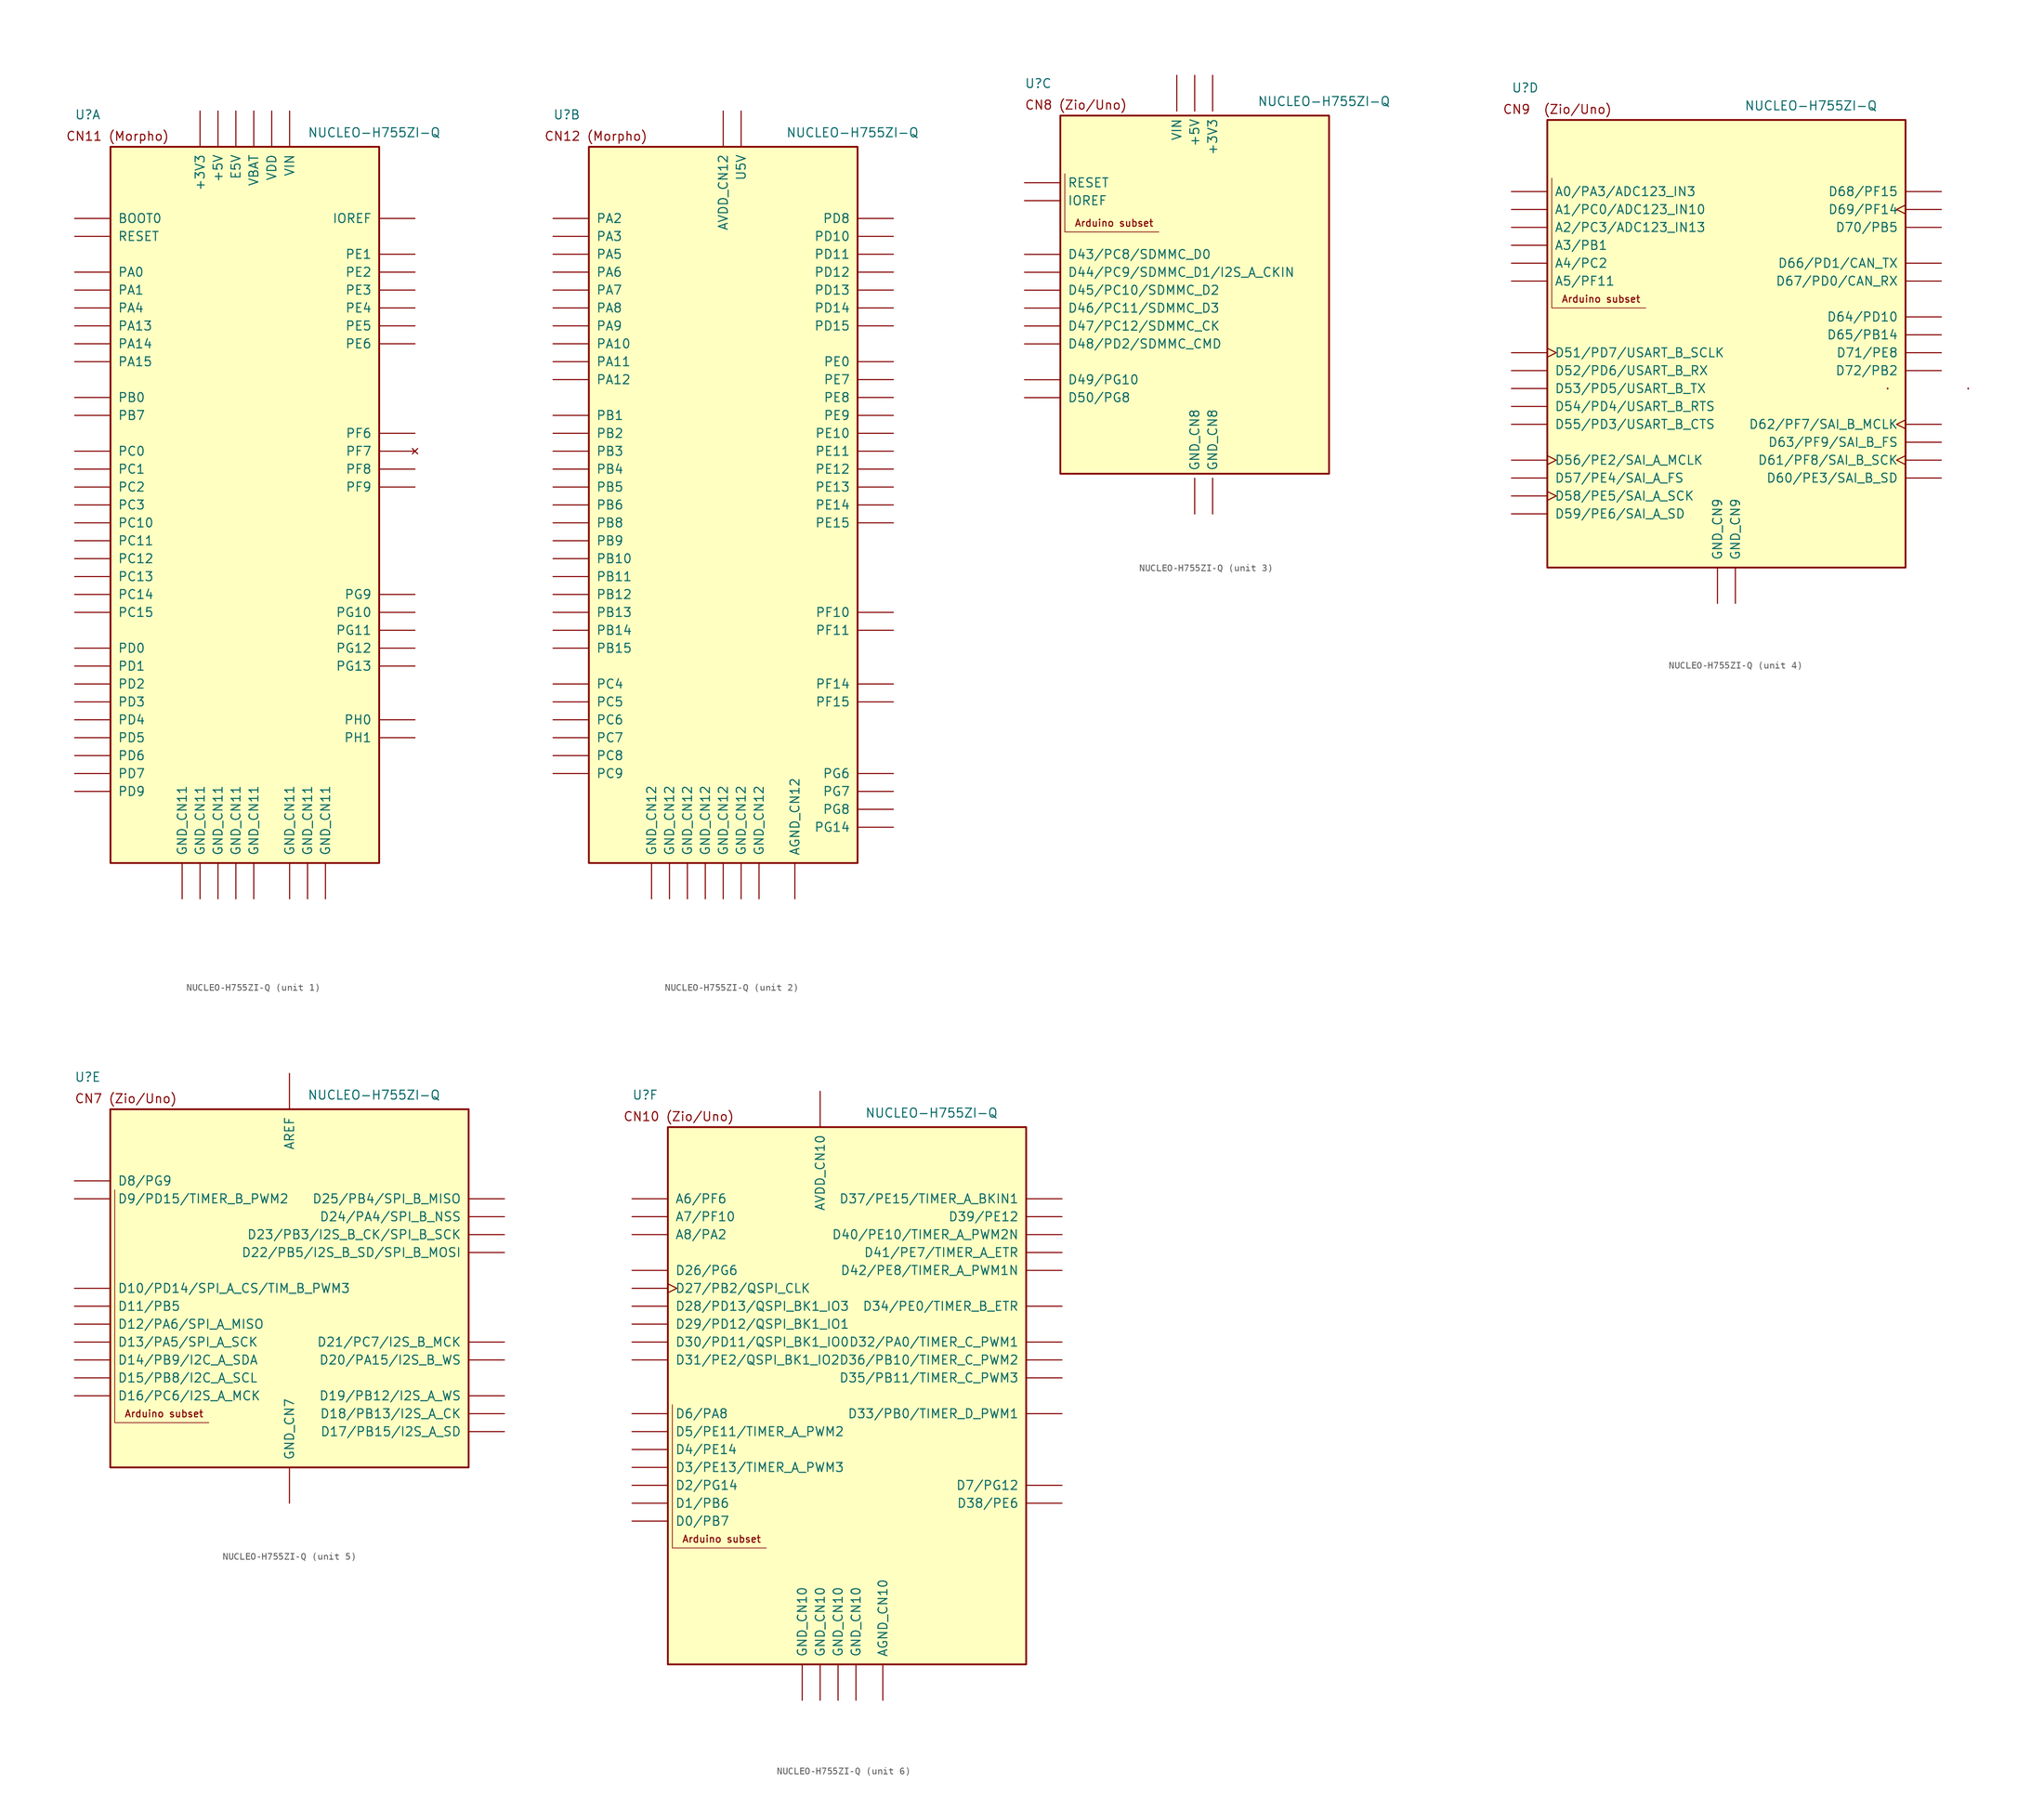
<source format=kicad_sym>
(kicad_symbol_lib
  (version 20220914)
  (generator kicad_symbol_editor)
  (symbol "NUCLEO-H755ZI-Q"
    (pin_numbers hide)
    (pin_names
      (offset 1.016))
    (property "Reference" "U"
      (at -5.08 3.81 0)
      (effects (font (size 1.27 1.27)) (justify left bottom)))
    (property "Value" "NUCLEO-H755ZI-Q"
      (at 27.94 1.27 0)
      (effects (font (size 1.27 1.27)) (justify left bottom)))
    (property "ki_locked" ""
      (at 0 0 0)
      (effects (font (size 1.27 1.27))))
    (symbol "NUCLEO-H755ZI-Q_1_0"
      (rectangle (start 0 0) (end 38.1 -101.6) (stroke (width 0.254) (type default)) (fill (type background)))
      (text "CN11 (Morpho)" (at -6.35 0.762 0) (effects (font (size 1.27 1.27)) (justify left bottom)))
      (pin bidirectional line (at -5.08 -53.34 0) (length 5.08) (name "PC10" (effects (font (size 1.27 1.27)))) (number "CN11_1" (effects (font (size 1.27 1.27)))))
      (pin no_connect line (at 43.18 -43.18 180) (length 5.08) (name "PF7" (effects (font (size 1.27 1.27)))) (number "CN11_11" (effects (font (size 1.27 1.27)))))
      (pin bidirectional line (at 43.18 -10.16 180) (length 5.08) (name "IOREF" (effects (font (size 1.27 1.27)))) (number "CN11_12" (effects (font (size 1.27 1.27)))))
      (pin bidirectional line (at -5.08 -25.4 0) (length 5.08) (name "PA13" (effects (font (size 1.27 1.27)))) (number "CN11_13" (effects (font (size 1.27 1.27)))))
      (pin bidirectional line (at -5.08 -12.7 0) (length 5.08) (name "RESET" (effects (font (size 1.27 1.27)))) (number "CN11_14" (effects (font (size 1.27 1.27)))))
      (pin bidirectional line (at -5.08 -27.94 0) (length 5.08) (name "PA14" (effects (font (size 1.27 1.27)))) (number "CN11_15" (effects (font (size 1.27 1.27)))))
      (pin power_in line (at 12.7 5.08 270) (length 5.08) (name "+3V3" (effects (font (size 1.27 1.27)))) (number "CN11_16" (effects (font (size 1.27 1.27)))))
      (pin bidirectional line (at -5.08 -30.48 0) (length 5.08) (name "PA15" (effects (font (size 1.27 1.27)))) (number "CN11_17" (effects (font (size 1.27 1.27)))))
      (pin power_in line (at 15.24 5.08 270) (length 5.08) (name "+5V" (effects (font (size 1.27 1.27)))) (number "CN11_18" (effects (font (size 1.27 1.27)))))
      (pin power_in line (at 12.7 -106.68 90) (length 5.08) (name "GND_CN11" (effects (font (size 1.27 1.27)))) (number "CN11_19" (effects (font (size 1.27 1.27)))))
      (pin bidirectional line (at -5.08 -55.88 0) (length 5.08) (name "PC11" (effects (font (size 1.27 1.27)))) (number "CN11_2" (effects (font (size 1.27 1.27)))))
      (pin power_in line (at 15.24 -106.68 90) (length 5.08) (name "GND_CN11" (effects (font (size 1.27 1.27)))) (number "CN11_20" (effects (font (size 1.27 1.27)))))
      (pin bidirectional line (at -5.08 -38.1 0) (length 5.08) (name "PB7" (effects (font (size 1.27 1.27)))) (number "CN11_21" (effects (font (size 1.27 1.27)))))
      (pin power_in line (at 17.78 -106.68 90) (length 5.08) (name "GND_CN11" (effects (font (size 1.27 1.27)))) (number "CN11_22" (effects (font (size 1.27 1.27)))))
      (pin bidirectional line (at -5.08 -60.96 0) (length 5.08) (name "PC13" (effects (font (size 1.27 1.27)))) (number "CN11_23" (effects (font (size 1.27 1.27)))))
      (pin power_in line (at 25.4 5.08 270) (length 5.08) (name "VIN" (effects (font (size 1.27 1.27)))) (number "CN11_24" (effects (font (size 1.27 1.27)))))
      (pin bidirectional line (at -5.08 -63.5 0) (length 5.08) (name "PC14" (effects (font (size 1.27 1.27)))) (number "CN11_25" (effects (font (size 1.27 1.27)))))
      (pin bidirectional line (at -5.08 -66.04 0) (length 5.08) (name "PC15" (effects (font (size 1.27 1.27)))) (number "CN11_27" (effects (font (size 1.27 1.27)))))
      (pin bidirectional line (at -5.08 -17.78 0) (length 5.08) (name "PA0" (effects (font (size 1.27 1.27)))) (number "CN11_28" (effects (font (size 1.27 1.27)))))
      (pin bidirectional line (at 43.18 -81.28 180) (length 5.08) (name "PH0" (effects (font (size 1.27 1.27)))) (number "CN11_29" (effects (font (size 1.27 1.27)))))
      (pin bidirectional line (at -5.08 -58.42 0) (length 5.08) (name "PC12" (effects (font (size 1.27 1.27)))) (number "CN11_3" (effects (font (size 1.27 1.27)))))
      (pin bidirectional line (at -5.08 -20.32 0) (length 5.08) (name "PA1" (effects (font (size 1.27 1.27)))) (number "CN11_30" (effects (font (size 1.27 1.27)))))
      (pin bidirectional line (at 43.18 -83.82 180) (length 5.08) (name "PH1" (effects (font (size 1.27 1.27)))) (number "CN11_31" (effects (font (size 1.27 1.27)))))
      (pin bidirectional line (at -5.08 -22.86 0) (length 5.08) (name "PA4" (effects (font (size 1.27 1.27)))) (number "CN11_32" (effects (font (size 1.27 1.27)))))
      (pin power_in line (at 20.32 5.08 270) (length 5.08) (name "VBAT" (effects (font (size 1.27 1.27)))) (number "CN11_33" (effects (font (size 1.27 1.27)))))
      (pin bidirectional line (at -5.08 -35.56 0) (length 5.08) (name "PB0" (effects (font (size 1.27 1.27)))) (number "CN11_34" (effects (font (size 1.27 1.27)))))
      (pin bidirectional line (at -5.08 -48.26 0) (length 5.08) (name "PC2" (effects (font (size 1.27 1.27)))) (number "CN11_35" (effects (font (size 1.27 1.27)))))
      (pin bidirectional line (at -5.08 -45.72 0) (length 5.08) (name "PC1" (effects (font (size 1.27 1.27)))) (number "CN11_36" (effects (font (size 1.27 1.27)))))
      (pin bidirectional line (at -5.08 -50.8 0) (length 5.08) (name "PC3" (effects (font (size 1.27 1.27)))) (number "CN11_37" (effects (font (size 1.27 1.27)))))
      (pin bidirectional line (at -5.08 -43.18 0) (length 5.08) (name "PC0" (effects (font (size 1.27 1.27)))) (number "CN11_38" (effects (font (size 1.27 1.27)))))
      (pin bidirectional line (at -5.08 -81.28 0) (length 5.08) (name "PD4" (effects (font (size 1.27 1.27)))) (number "CN11_39" (effects (font (size 1.27 1.27)))))
      (pin bidirectional line (at -5.08 -76.2 0) (length 5.08) (name "PD2" (effects (font (size 1.27 1.27)))) (number "CN11_4" (effects (font (size 1.27 1.27)))))
      (pin bidirectional line (at -5.08 -78.74 0) (length 5.08) (name "PD3" (effects (font (size 1.27 1.27)))) (number "CN11_40" (effects (font (size 1.27 1.27)))))
      (pin bidirectional line (at -5.08 -83.82 0) (length 5.08) (name "PD5" (effects (font (size 1.27 1.27)))) (number "CN11_41" (effects (font (size 1.27 1.27)))))
      (pin bidirectional line (at -5.08 -86.36 0) (length 5.08) (name "PD6" (effects (font (size 1.27 1.27)))) (number "CN11_43" (effects (font (size 1.27 1.27)))))
      (pin bidirectional line (at -5.08 -88.9 0) (length 5.08) (name "PD7" (effects (font (size 1.27 1.27)))) (number "CN11_45" (effects (font (size 1.27 1.27)))))
      (pin bidirectional line (at 43.18 -17.78 180) (length 5.08) (name "PE2" (effects (font (size 1.27 1.27)))) (number "CN11_46" (effects (font (size 1.27 1.27)))))
      (pin bidirectional line (at 43.18 -20.32 180) (length 5.08) (name "PE3" (effects (font (size 1.27 1.27)))) (number "CN11_47" (effects (font (size 1.27 1.27)))))
      (pin bidirectional line (at 43.18 -22.86 180) (length 5.08) (name "PE4" (effects (font (size 1.27 1.27)))) (number "CN11_48" (effects (font (size 1.27 1.27)))))
      (pin power_in line (at 20.32 -106.68 90) (length 5.08) (name "GND_CN11" (effects (font (size 1.27 1.27)))) (number "CN11_49" (effects (font (size 1.27 1.27)))))
      (pin power_in line (at 22.86 5.08 270) (length 5.08) (name "VDD" (effects (font (size 1.27 1.27)))) (number "CN11_5" (effects (font (size 1.27 1.27)))))
      (pin bidirectional line (at 43.18 -25.4 180) (length 5.08) (name "PE5" (effects (font (size 1.27 1.27)))) (number "CN11_50" (effects (font (size 1.27 1.27)))))
      (pin bidirectional line (at 43.18 -45.72 180) (length 5.08) (name "PF8" (effects (font (size 1.27 1.27)))) (number "CN11_54" (effects (font (size 1.27 1.27)))))
      (pin bidirectional line (at -5.08 -73.66 0) (length 5.08) (name "PD1" (effects (font (size 1.27 1.27)))) (number "CN11_55" (effects (font (size 1.27 1.27)))))
      (pin bidirectional line (at 43.18 -48.26 180) (length 5.08) (name "PF9" (effects (font (size 1.27 1.27)))) (number "CN11_56" (effects (font (size 1.27 1.27)))))
      (pin bidirectional line (at -5.08 -71.12 0) (length 5.08) (name "PD0" (effects (font (size 1.27 1.27)))) (number "CN11_57" (effects (font (size 1.27 1.27)))))
      (pin power_in line (at 17.78 5.08 270) (length 5.08) (name "E5V" (effects (font (size 1.27 1.27)))) (number "CN11_6" (effects (font (size 1.27 1.27)))))
      (pin bidirectional line (at 43.18 -15.24 180) (length 5.08) (name "PE1" (effects (font (size 1.27 1.27)))) (number "CN11_61" (effects (font (size 1.27 1.27)))))
      (pin bidirectional line (at 43.18 -27.94 180) (length 5.08) (name "PE6" (effects (font (size 1.27 1.27)))) (number "CN11_62" (effects (font (size 1.27 1.27)))))
      (pin bidirectional line (at 43.18 -63.5 180) (length 5.08) (name "PG9" (effects (font (size 1.27 1.27)))) (number "CN11_63" (effects (font (size 1.27 1.27)))))
      (pin bidirectional line (at 43.18 -71.12 180) (length 5.08) (name "PG12" (effects (font (size 1.27 1.27)))) (number "CN11_65" (effects (font (size 1.27 1.27)))))
      (pin bidirectional line (at 43.18 -66.04 180) (length 5.08) (name "PG10" (effects (font (size 1.27 1.27)))) (number "CN11_66" (effects (font (size 1.27 1.27)))))
      (pin bidirectional line (at 43.18 -73.66 180) (length 5.08) (name "PG13" (effects (font (size 1.27 1.27)))) (number "CN11_68" (effects (font (size 1.27 1.27)))))
      (pin bidirectional line (at -5.08 -91.44 0) (length 5.08) (name "PD9" (effects (font (size 1.27 1.27)))) (number "CN11_69" (effects (font (size 1.27 1.27)))))
      (pin bidirectional line (at -5.08 -10.16 0) (length 5.08) (name "BOOT0" (effects (font (size 1.27 1.27)))) (number "CN11_7" (effects (font (size 1.27 1.27)))))
      (pin bidirectional line (at 43.18 -68.58 180) (length 5.08) (name "PG11" (effects (font (size 1.27 1.27)))) (number "CN11_70" (effects (font (size 1.27 1.27)))))
      (pin power_in line (at 25.4 -106.68 90) (length 5.08) (name "GND_CN11" (effects (font (size 1.27 1.27)))) (number "CN11_71" (effects (font (size 1.27 1.27)))))
      (pin power_in line (at 27.94 -106.68 90) (length 5.08) (name "GND_CN11" (effects (font (size 1.27 1.27)))) (number "CN11_72" (effects (font (size 1.27 1.27)))))
      (pin power_in line (at 10.16 -106.68 90) (length 5.08) (name "GND_CN11" (effects (font (size 1.27 1.27)))) (number "CN11_8" (effects (font (size 1.27 1.27)))))
      (pin bidirectional line (at 43.18 -40.64 180) (length 5.08) (name "PF6" (effects (font (size 1.27 1.27)))) (number "CN11_9" (effects (font (size 1.27 1.27))))))
    (symbol "NUCLEO-H755ZI-Q_1_1"
      (pin power_in line (at 30.48 -106.68 90) (length 5.08) (name "GND_CN11" (effects (font (size 1.27 1.27)))) (number "CN11_60" (effects (font (size 1.27 1.27))))))
    (symbol "NUCLEO-H755ZI-Q_2_0"
      (rectangle (start 0 0) (end 38.1 -101.6) (stroke (width 0.254) (type default)) (fill (type background)))
      (text "CN12 (Morpho)" (at -6.35 0.762 0) (effects (font (size 1.27 1.27)) (justify left bottom)))
      (pin bidirectional line (at -5.08 -88.9 0) (length 5.08) (name "PC9" (effects (font (size 1.27 1.27)))) (number "CN12_1" (effects (font (size 1.27 1.27)))))
      (pin bidirectional line (at 43.18 -10.16 180) (length 5.08) (name "PD8" (effects (font (size 1.27 1.27)))) (number "CN12_10" (effects (font (size 1.27 1.27)))))
      (pin bidirectional line (at -5.08 -15.24 0) (length 5.08) (name "PA5" (effects (font (size 1.27 1.27)))) (number "CN12_11" (effects (font (size 1.27 1.27)))))
      (pin bidirectional line (at -5.08 -33.02 0) (length 5.08) (name "PA12" (effects (font (size 1.27 1.27)))) (number "CN12_12" (effects (font (size 1.27 1.27)))))
      (pin bidirectional line (at -5.08 -17.78 0) (length 5.08) (name "PA6" (effects (font (size 1.27 1.27)))) (number "CN12_13" (effects (font (size 1.27 1.27)))))
      (pin bidirectional line (at -5.08 -30.48 0) (length 5.08) (name "PA11" (effects (font (size 1.27 1.27)))) (number "CN12_14" (effects (font (size 1.27 1.27)))))
      (pin bidirectional line (at -5.08 -20.32 0) (length 5.08) (name "PA7" (effects (font (size 1.27 1.27)))) (number "CN12_15" (effects (font (size 1.27 1.27)))))
      (pin bidirectional line (at -5.08 -63.5 0) (length 5.08) (name "PB12" (effects (font (size 1.27 1.27)))) (number "CN12_16" (effects (font (size 1.27 1.27)))))
      (pin bidirectional line (at -5.08 -50.8 0) (length 5.08) (name "PB6" (effects (font (size 1.27 1.27)))) (number "CN12_17" (effects (font (size 1.27 1.27)))))
      (pin bidirectional line (at -5.08 -60.96 0) (length 5.08) (name "PB11" (effects (font (size 1.27 1.27)))) (number "CN12_18" (effects (font (size 1.27 1.27)))))
      (pin bidirectional line (at -5.08 -83.82 0) (length 5.08) (name "PC7" (effects (font (size 1.27 1.27)))) (number "CN12_19" (effects (font (size 1.27 1.27)))))
      (pin bidirectional line (at -5.08 -86.36 0) (length 5.08) (name "PC8" (effects (font (size 1.27 1.27)))) (number "CN12_2" (effects (font (size 1.27 1.27)))))
      (pin power_in line (at 11.43 -106.68 90) (length 5.08) (name "GND_CN12" (effects (font (size 1.27 1.27)))) (number "CN12_20" (effects (font (size 1.27 1.27)))))
      (pin bidirectional line (at -5.08 -25.4 0) (length 5.08) (name "PA9" (effects (font (size 1.27 1.27)))) (number "CN12_21" (effects (font (size 1.27 1.27)))))
      (pin bidirectional line (at -5.08 -40.64 0) (length 5.08) (name "PB2" (effects (font (size 1.27 1.27)))) (number "CN12_22" (effects (font (size 1.27 1.27)))))
      (pin bidirectional line (at -5.08 -22.86 0) (length 5.08) (name "PA8" (effects (font (size 1.27 1.27)))) (number "CN12_23" (effects (font (size 1.27 1.27)))))
      (pin bidirectional line (at -5.08 -38.1 0) (length 5.08) (name "PB1" (effects (font (size 1.27 1.27)))) (number "CN12_24" (effects (font (size 1.27 1.27)))))
      (pin bidirectional line (at -5.08 -58.42 0) (length 5.08) (name "PB10" (effects (font (size 1.27 1.27)))) (number "CN12_25" (effects (font (size 1.27 1.27)))))
      (pin bidirectional line (at -5.08 -71.12 0) (length 5.08) (name "PB15" (effects (font (size 1.27 1.27)))) (number "CN12_26" (effects (font (size 1.27 1.27)))))
      (pin bidirectional line (at -5.08 -45.72 0) (length 5.08) (name "PB4" (effects (font (size 1.27 1.27)))) (number "CN12_27" (effects (font (size 1.27 1.27)))))
      (pin bidirectional line (at -5.08 -68.58 0) (length 5.08) (name "PB14" (effects (font (size 1.27 1.27)))) (number "CN12_28" (effects (font (size 1.27 1.27)))))
      (pin bidirectional line (at -5.08 -48.26 0) (length 5.08) (name "PB5" (effects (font (size 1.27 1.27)))) (number "CN12_29" (effects (font (size 1.27 1.27)))))
      (pin bidirectional line (at -5.08 -53.34 0) (length 5.08) (name "PB8" (effects (font (size 1.27 1.27)))) (number "CN12_3" (effects (font (size 1.27 1.27)))))
      (pin bidirectional line (at -5.08 -66.04 0) (length 5.08) (name "PB13" (effects (font (size 1.27 1.27)))) (number "CN12_30" (effects (font (size 1.27 1.27)))))
      (pin bidirectional line (at -5.08 -43.18 0) (length 5.08) (name "PB3" (effects (font (size 1.27 1.27)))) (number "CN12_31" (effects (font (size 1.27 1.27)))))
      (pin power_in line (at 29.21 -106.68 90) (length 5.08) (name "AGND_CN12" (effects (font (size 1.27 1.27)))) (number "CN12_32" (effects (font (size 1.27 1.27)))))
      (pin bidirectional line (at -5.08 -27.94 0) (length 5.08) (name "PA10" (effects (font (size 1.27 1.27)))) (number "CN12_33" (effects (font (size 1.27 1.27)))))
      (pin bidirectional line (at -5.08 -76.2 0) (length 5.08) (name "PC4" (effects (font (size 1.27 1.27)))) (number "CN12_34" (effects (font (size 1.27 1.27)))))
      (pin bidirectional line (at -5.08 -10.16 0) (length 5.08) (name "PA2" (effects (font (size 1.27 1.27)))) (number "CN12_35" (effects (font (size 1.27 1.27)))))
      (pin bidirectional line (at -5.08 -12.7 0) (length 5.08) (name "PA3" (effects (font (size 1.27 1.27)))) (number "CN12_37" (effects (font (size 1.27 1.27)))))
      (pin power_in line (at 13.97 -106.68 90) (length 5.08) (name "GND_CN12" (effects (font (size 1.27 1.27)))) (number "CN12_39" (effects (font (size 1.27 1.27)))))
      (pin bidirectional line (at -5.08 -81.28 0) (length 5.08) (name "PC6" (effects (font (size 1.27 1.27)))) (number "CN12_4" (effects (font (size 1.27 1.27)))))
      (pin bidirectional line (at 43.18 -35.56 180) (length 5.08) (name "PE8" (effects (font (size 1.27 1.27)))) (number "CN12_40" (effects (font (size 1.27 1.27)))))
      (pin bidirectional line (at 43.18 -20.32 180) (length 5.08) (name "PD13" (effects (font (size 1.27 1.27)))) (number "CN12_41" (effects (font (size 1.27 1.27)))))
      (pin bidirectional line (at 43.18 -66.04 180) (length 5.08) (name "PF10" (effects (font (size 1.27 1.27)))) (number "CN12_42" (effects (font (size 1.27 1.27)))))
      (pin bidirectional line (at 43.18 -17.78 180) (length 5.08) (name "PD12" (effects (font (size 1.27 1.27)))) (number "CN12_43" (effects (font (size 1.27 1.27)))))
      (pin bidirectional line (at 43.18 -33.02 180) (length 5.08) (name "PE7" (effects (font (size 1.27 1.27)))) (number "CN12_44" (effects (font (size 1.27 1.27)))))
      (pin bidirectional line (at 43.18 -15.24 180) (length 5.08) (name "PD11" (effects (font (size 1.27 1.27)))) (number "CN12_45" (effects (font (size 1.27 1.27)))))
      (pin bidirectional line (at 43.18 -22.86 180) (length 5.08) (name "PD14" (effects (font (size 1.27 1.27)))) (number "CN12_46" (effects (font (size 1.27 1.27)))))
      (pin bidirectional line (at 43.18 -40.64 180) (length 5.08) (name "PE10" (effects (font (size 1.27 1.27)))) (number "CN12_47" (effects (font (size 1.27 1.27)))))
      (pin bidirectional line (at 43.18 -25.4 180) (length 5.08) (name "PD15" (effects (font (size 1.27 1.27)))) (number "CN12_48" (effects (font (size 1.27 1.27)))))
      (pin bidirectional line (at 43.18 -45.72 180) (length 5.08) (name "PE12" (effects (font (size 1.27 1.27)))) (number "CN12_49" (effects (font (size 1.27 1.27)))))
      (pin bidirectional line (at -5.08 -55.88 0) (length 5.08) (name "PB9" (effects (font (size 1.27 1.27)))) (number "CN12_5" (effects (font (size 1.27 1.27)))))
      (pin bidirectional line (at 43.18 -76.2 180) (length 5.08) (name "PF14" (effects (font (size 1.27 1.27)))) (number "CN12_50" (effects (font (size 1.27 1.27)))))
      (pin bidirectional line (at 43.18 -50.8 180) (length 5.08) (name "PE14" (effects (font (size 1.27 1.27)))) (number "CN12_51" (effects (font (size 1.27 1.27)))))
      (pin bidirectional line (at 43.18 -38.1 180) (length 5.08) (name "PE9" (effects (font (size 1.27 1.27)))) (number "CN12_52" (effects (font (size 1.27 1.27)))))
      (pin bidirectional line (at 43.18 -53.34 180) (length 5.08) (name "PE15" (effects (font (size 1.27 1.27)))) (number "CN12_53" (effects (font (size 1.27 1.27)))))
      (pin power_in line (at 16.51 -106.68 90) (length 5.08) (name "GND_CN12" (effects (font (size 1.27 1.27)))) (number "CN12_54" (effects (font (size 1.27 1.27)))))
      (pin bidirectional line (at 43.18 -48.26 180) (length 5.08) (name "PE13" (effects (font (size 1.27 1.27)))) (number "CN12_55" (effects (font (size 1.27 1.27)))))
      (pin bidirectional line (at 43.18 -43.18 180) (length 5.08) (name "PE11" (effects (font (size 1.27 1.27)))) (number "CN12_56" (effects (font (size 1.27 1.27)))))
      (pin bidirectional line (at -5.08 -78.74 0) (length 5.08) (name "PC5" (effects (font (size 1.27 1.27)))) (number "CN12_6" (effects (font (size 1.27 1.27)))))
      (pin bidirectional line (at 43.18 -78.74 180) (length 5.08) (name "PF15" (effects (font (size 1.27 1.27)))) (number "CN12_60" (effects (font (size 1.27 1.27)))))
      (pin bidirectional line (at 43.18 -96.52 180) (length 5.08) (name "PG14" (effects (font (size 1.27 1.27)))) (number "CN12_61" (effects (font (size 1.27 1.27)))))
      (pin bidirectional line (at 43.18 -68.58 180) (length 5.08) (name "PF11" (effects (font (size 1.27 1.27)))) (number "CN12_62" (effects (font (size 1.27 1.27)))))
      (pin power_in line (at 19.05 -106.68 90) (length 5.08) (name "GND_CN12" (effects (font (size 1.27 1.27)))) (number "CN12_63" (effects (font (size 1.27 1.27)))))
      (pin bidirectional line (at 43.18 -30.48 180) (length 5.08) (name "PE0" (effects (font (size 1.27 1.27)))) (number "CN12_64" (effects (font (size 1.27 1.27)))))
      (pin bidirectional line (at 43.18 -12.7 180) (length 5.08) (name "PD10" (effects (font (size 1.27 1.27)))) (number "CN12_65" (effects (font (size 1.27 1.27)))))
      (pin bidirectional line (at 43.18 -93.98 180) (length 5.08) (name "PG8" (effects (font (size 1.27 1.27)))) (number "CN12_66" (effects (font (size 1.27 1.27)))))
      (pin bidirectional line (at 43.18 -91.44 180) (length 5.08) (name "PG7" (effects (font (size 1.27 1.27)))) (number "CN12_67" (effects (font (size 1.27 1.27)))))
      (pin power_in line (at 19.05 5.08 270) (length 5.08) (name "AVDD_CN12" (effects (font (size 1.27 1.27)))) (number "CN12_7" (effects (font (size 1.27 1.27)))))
      (pin bidirectional line (at 43.18 -88.9 180) (length 5.08) (name "PG6" (effects (font (size 1.27 1.27)))) (number "CN12_70" (effects (font (size 1.27 1.27)))))
      (pin power_in line (at 21.59 -106.68 90) (length 5.08) (name "GND_CN12" (effects (font (size 1.27 1.27)))) (number "CN12_71" (effects (font (size 1.27 1.27)))))
      (pin power_in line (at 24.13 -106.68 90) (length 5.08) (name "GND_CN12" (effects (font (size 1.27 1.27)))) (number "CN12_72" (effects (font (size 1.27 1.27)))))
      (pin power_in line (at 21.59 5.08 270) (length 5.08) (name "U5V" (effects (font (size 1.27 1.27)))) (number "CN12_8" (effects (font (size 1.27 1.27)))))
      (pin power_in line (at 8.89 -106.68 90) (length 5.08) (name "GND_CN12" (effects (font (size 1.27 1.27)))) (number "CN12_9" (effects (font (size 1.27 1.27))))))
    (symbol "NUCLEO-H755ZI-Q_3_0"
      (polyline (pts (xy 0.635 -8.255) (xy 0.635 -16.51) (xy 13.97 -16.51)) (stroke (width 0.102) (type default)) (fill (type none)))
      (rectangle (start 0 0) (end 38.1 -50.8) (stroke (width 0.254) (type default)) (fill (type background)))
      (text "Arduino subset" (at 7.62 -15.24 0) (effects (font (size 0.991 0.991))))
      (text "CN8 (Zio/Uno)" (at -5.08 0.762 0) (effects (font (size 1.27 1.27)) (justify left bottom)))
      (pin bidirectional line (at -5.08 -29.845 0) (length 5.08) (name "D47/PC12/SDMMC_CK" (effects (font (size 1.27 1.27)))) (number "CN8_10" (effects (font (size 1.27 1.27)))))
      (pin bidirectional line (at -5.08 -32.385 0) (length 5.08) (name "D48/PD2/SDMMC_CMD" (effects (font (size 1.27 1.27)))) (number "CN8_12" (effects (font (size 1.27 1.27)))))
      (pin power_in line (at 19.05 -56.515 90) (length 5.08) (name "GND_CN8" (effects (font (size 1.27 1.27)))) (number "CN8_13" (effects (font (size 1.27 1.27)))))
      (pin bidirectional line (at -5.08 -37.465 0) (length 5.08) (name "D49/PG10" (effects (font (size 1.27 1.27)))) (number "CN8_14" (effects (font (size 1.27 1.27)))))
      (pin power_in line (at 16.51 5.715 270) (length 5.08) (name "VIN" (effects (font (size 1.27 1.27)))) (number "CN8_15" (effects (font (size 1.27 1.27)))))
      (pin bidirectional line (at -5.08 -40.005 0) (length 5.08) (name "D50/PG8" (effects (font (size 1.27 1.27)))) (number "CN8_16" (effects (font (size 1.27 1.27)))))
      (pin bidirectional line (at -5.08 -19.685 0) (length 5.08) (name "D43/PC8/SDMMC_D0" (effects (font (size 1.27 1.27)))) (number "CN8_2" (effects (font (size 1.27 1.27)))))
      (pin bidirectional line (at -5.08 -12.065 0) (length 5.08) (name "IOREF" (effects (font (size 1.27 1.27)))) (number "CN8_3" (effects (font (size 1.27 1.27)))))
      (pin bidirectional line (at -5.08 -22.225 0) (length 5.08) (name "D44/PC9/SDMMC_D1/I2S_A_CKIN" (effects (font (size 1.27 1.27)))) (number "CN8_4" (effects (font (size 1.27 1.27)))))
      (pin bidirectional line (at -5.08 -9.525 0) (length 5.08) (name "RESET" (effects (font (size 1.27 1.27)))) (number "CN8_5" (effects (font (size 1.27 1.27)))))
      (pin bidirectional line (at -5.08 -24.765 0) (length 5.08) (name "D45/PC10/SDMMC_D2" (effects (font (size 1.27 1.27)))) (number "CN8_6" (effects (font (size 1.27 1.27)))))
      (pin power_in line (at 21.59 5.715 270) (length 5.08) (name "+3V3" (effects (font (size 1.27 1.27)))) (number "CN8_7" (effects (font (size 1.27 1.27)))))
      (pin bidirectional line (at -5.08 -27.305 0) (length 5.08) (name "D46/PC11/SDMMC_D3" (effects (font (size 1.27 1.27)))) (number "CN8_8" (effects (font (size 1.27 1.27)))))
      (pin power_in line (at 19.05 5.715 270) (length 5.08) (name "+5V" (effects (font (size 1.27 1.27)))) (number "CN8_9" (effects (font (size 1.27 1.27))))))
    (symbol "NUCLEO-H755ZI-Q_3_1"
      (pin power_in line (at 21.59 -56.515 90) (length 5.08) (name "GND_CN8" (effects (font (size 1.27 1.27)))) (number "CN8_11" (effects (font (size 1.27 1.27))))))
    (symbol "NUCLEO-H755ZI-Q_4_0"
      (polyline (pts (xy 0.635 -8.255) (xy 0.635 -26.67) (xy 13.97 -26.67)) (stroke (width 0.102) (type default)) (fill (type none)))
      (rectangle (start 0 0) (end 50.8 -63.5) (stroke (width 0.254) (type default)) (fill (type background)))
      (rectangle (start 48.26 -38.1) (end 48.26 -38.1) (stroke (width 0.254) (type default)) (fill (type none)))
      (rectangle (start 59.69 -38.1) (end 59.69 -38.1) (stroke (width 0.254) (type default)) (fill (type none)))
      (text "Arduino subset" (at 7.62 -25.4 0) (effects (font (size 0.991 0.991))))
      (text "CN9  (Zio/Uno)" (at -6.35 0.762 0) (effects (font (size 1.27 1.27)) (justify left bottom)))
      (pin input line (at -5.08 -10.16 0) (length 5.08) (name "A0/PA3/ADC123_IN3" (effects (font (size 1.27 1.27)))) (number "CN9_1" (effects (font (size 1.27 1.27)))))
      (pin bidirectional line (at -5.08 -43.18 0) (length 5.08) (name "D55/PD3/USART_B_CTS" (effects (font (size 1.27 1.27)))) (number "CN9_10" (effects (font (size 1.27 1.27)))))
      (pin input line (at -5.08 -22.86 0) (length 5.08) (name "A5/PF11" (effects (font (size 1.27 1.27)))) (number "CN9_11" (effects (font (size 1.27 1.27)))))
      (pin power_in line (at 24.13 -68.58 90) (length 5.08) (name "GND_CN9" (effects (font (size 1.27 1.27)))) (number "CN9_12" (effects (font (size 1.27 1.27)))))
      (pin bidirectional line (at 55.88 -35.56 180) (length 5.08) (name "D72/PB2" (effects (font (size 1.27 1.27)))) (number "CN9_13" (effects (font (size 1.27 1.27)))))
      (pin bidirectional clock (at -5.08 -48.26 0) (length 5.08) (name "D56/PE2/SAI_A_MCLK" (effects (font (size 1.27 1.27)))) (number "CN9_14" (effects (font (size 1.27 1.27)))))
      (pin bidirectional line (at 55.88 -33.02 180) (length 5.08) (name "D71/PE8" (effects (font (size 1.27 1.27)))) (number "CN9_15" (effects (font (size 1.27 1.27)))))
      (pin bidirectional line (at -5.08 -50.8 0) (length 5.08) (name "D57/PE4/SAI_A_FS" (effects (font (size 1.27 1.27)))) (number "CN9_16" (effects (font (size 1.27 1.27)))))
      (pin bidirectional line (at 55.88 -15.24 180) (length 5.08) (name "D70/PB5" (effects (font (size 1.27 1.27)))) (number "CN9_17" (effects (font (size 1.27 1.27)))))
      (pin bidirectional clock (at -5.08 -53.34 0) (length 5.08) (name "D58/PE5/SAI_A_SCK" (effects (font (size 1.27 1.27)))) (number "CN9_18" (effects (font (size 1.27 1.27)))))
      (pin bidirectional clock (at 55.88 -12.7 180) (length 5.08) (name "D69/PF14" (effects (font (size 1.27 1.27)))) (number "CN9_19" (effects (font (size 1.27 1.27)))))
      (pin bidirectional clock (at -5.08 -33.02 0) (length 5.08) (name "D51/PD7/USART_B_SCLK" (effects (font (size 1.27 1.27)))) (number "CN9_2" (effects (font (size 1.27 1.27)))))
      (pin bidirectional line (at -5.08 -55.88 0) (length 5.08) (name "D59/PE6/SAI_A_SD" (effects (font (size 1.27 1.27)))) (number "CN9_20" (effects (font (size 1.27 1.27)))))
      (pin bidirectional line (at 55.88 -10.16 180) (length 5.08) (name "D68/PF15" (effects (font (size 1.27 1.27)))) (number "CN9_21" (effects (font (size 1.27 1.27)))))
      (pin bidirectional line (at 55.88 -50.8 180) (length 5.08) (name "D60/PE3/SAI_B_SD" (effects (font (size 1.27 1.27)))) (number "CN9_22" (effects (font (size 1.27 1.27)))))
      (pin power_in line (at 26.67 -68.58 90) (length 5.08) (name "GND_CN9" (effects (font (size 1.27 1.27)))) (number "CN9_23" (effects (font (size 1.27 1.27)))))
      (pin bidirectional clock (at 55.88 -48.26 180) (length 5.08) (name "D61/PF8/SAI_B_SCK" (effects (font (size 1.27 1.27)))) (number "CN9_24" (effects (font (size 1.27 1.27)))))
      (pin input line (at 55.88 -22.86 180) (length 5.08) (name "D67/PD0/CAN_RX" (effects (font (size 1.27 1.27)))) (number "CN9_25" (effects (font (size 1.27 1.27)))))
      (pin bidirectional clock (at 55.88 -43.18 180) (length 5.08) (name "D62/PF7/SAI_B_MCLK" (effects (font (size 1.27 1.27)))) (number "CN9_26" (effects (font (size 1.27 1.27)))))
      (pin output line (at 55.88 -20.32 180) (length 5.08) (name "D66/PD1/CAN_TX" (effects (font (size 1.27 1.27)))) (number "CN9_27" (effects (font (size 1.27 1.27)))))
      (pin bidirectional line (at 55.88 -45.72 180) (length 5.08) (name "D63/PF9/SAI_B_FS" (effects (font (size 1.27 1.27)))) (number "CN9_28" (effects (font (size 1.27 1.27)))))
      (pin bidirectional line (at 55.88 -30.48 180) (length 5.08) (name "D65/PB14" (effects (font (size 1.27 1.27)))) (number "CN9_29" (effects (font (size 1.27 1.27)))))
      (pin input line (at -5.08 -12.7 0) (length 5.08) (name "A1/PC0/ADC123_IN10" (effects (font (size 1.27 1.27)))) (number "CN9_3" (effects (font (size 1.27 1.27)))))
      (pin bidirectional line (at 55.88 -27.94 180) (length 5.08) (name "D64/PD10" (effects (font (size 1.27 1.27)))) (number "CN9_30" (effects (font (size 1.27 1.27)))))
      (pin bidirectional line (at -5.08 -35.56 0) (length 5.08) (name "D52/PD6/USART_B_RX" (effects (font (size 1.27 1.27)))) (number "CN9_4" (effects (font (size 1.27 1.27)))))
      (pin input line (at -5.08 -15.24 0) (length 5.08) (name "A2/PC3/ADC123_IN13" (effects (font (size 1.27 1.27)))) (number "CN9_5" (effects (font (size 1.27 1.27)))))
      (pin bidirectional line (at -5.08 -38.1 0) (length 5.08) (name "D53/PD5/USART_B_TX" (effects (font (size 1.27 1.27)))) (number "CN9_6" (effects (font (size 1.27 1.27)))))
      (pin input line (at -5.08 -17.78 0) (length 5.08) (name "A3/PB1" (effects (font (size 1.27 1.27)))) (number "CN9_7" (effects (font (size 1.27 1.27)))))
      (pin bidirectional line (at -5.08 -40.64 0) (length 5.08) (name "D54/PD4/USART_B_RTS" (effects (font (size 1.27 1.27)))) (number "CN9_8" (effects (font (size 1.27 1.27)))))
      (pin input line (at -5.08 -20.32 0) (length 5.08) (name "A4/PC2" (effects (font (size 1.27 1.27)))) (number "CN9_9" (effects (font (size 1.27 1.27))))))
    (symbol "NUCLEO-H755ZI-Q_5_0"
      (polyline (pts (xy 0.635 -11.43) (xy 0.635 -44.45) (xy 13.97 -44.45)) (stroke (width 0.102) (type default)) (fill (type none)))
      (rectangle (start 0 0) (end 50.8 -50.8) (stroke (width 0.254) (type default)) (fill (type background)))
      (text "Arduino subset" (at 7.62 -43.18 0) (effects (font (size 0.991 0.991))))
      (text "CN7 (Zio/Uno)" (at -5.08 0.762 0) (effects (font (size 1.27 1.27)) (justify left bottom)))
      (pin bidirectional line (at -5.08 -40.64 0) (length 5.08) (name "D16/PC6/I2S_A_MCK" (effects (font (size 1.27 1.27)))) (number "CN7_1" (effects (font (size 1.27 1.27)))))
      (pin bidirectional line (at -5.08 -33.02 0) (length 5.08) (name "D13/PA5/SPI_A_SCK" (effects (font (size 1.27 1.27)))) (number "CN7_10" (effects (font (size 1.27 1.27)))))
      (pin bidirectional line (at 55.88 -33.02 180) (length 5.08) (name "D21/PC7/I2S_B_MCK" (effects (font (size 1.27 1.27)))) (number "CN7_11" (effects (font (size 1.27 1.27)))))
      (pin bidirectional line (at -5.08 -30.48 0) (length 5.08) (name "D12/PA6/SPI_A_MISO" (effects (font (size 1.27 1.27)))) (number "CN7_12" (effects (font (size 1.27 1.27)))))
      (pin bidirectional line (at 55.88 -20.32 180) (length 5.08) (name "D22/PB5/I2S_B_SD/SPI_B_MOSI" (effects (font (size 1.27 1.27)))) (number "CN7_13" (effects (font (size 1.27 1.27)))))
      (pin bidirectional line (at -5.08 -27.94 0) (length 5.08) (name "D11/PB5" (effects (font (size 1.27 1.27)))) (number "CN7_14" (effects (font (size 1.27 1.27)))))
      (pin bidirectional line (at 55.88 -17.78 180) (length 5.08) (name "D23/PB3/I2S_B_CK/SPI_B_SCK" (effects (font (size 1.27 1.27)))) (number "CN7_15" (effects (font (size 1.27 1.27)))))
      (pin bidirectional line (at -5.08 -25.4 0) (length 5.08) (name "D10/PD14/SPI_A_CS/TIM_B_PWM3" (effects (font (size 1.27 1.27)))) (number "CN7_16" (effects (font (size 1.27 1.27)))))
      (pin bidirectional line (at 55.88 -15.24 180) (length 5.08) (name "D24/PA4/SPI_B_NSS" (effects (font (size 1.27 1.27)))) (number "CN7_17" (effects (font (size 1.27 1.27)))))
      (pin bidirectional line (at -5.08 -12.7 0) (length 5.08) (name "D9/PD15/TIMER_B_PWM2" (effects (font (size 1.27 1.27)))) (number "CN7_18" (effects (font (size 1.27 1.27)))))
      (pin bidirectional line (at 55.88 -12.7 180) (length 5.08) (name "D25/PB4/SPI_B_MISO" (effects (font (size 1.27 1.27)))) (number "CN7_19" (effects (font (size 1.27 1.27)))))
      (pin bidirectional line (at -5.08 -38.1 0) (length 5.08) (name "D15/PB8/I2C_A_SCL" (effects (font (size 1.27 1.27)))) (number "CN7_2" (effects (font (size 1.27 1.27)))))
      (pin bidirectional line (at -5.08 -10.16 0) (length 5.08) (name "D8/PG9" (effects (font (size 1.27 1.27)))) (number "CN7_20" (effects (font (size 1.27 1.27)))))
      (pin bidirectional line (at 55.88 -45.72 180) (length 5.08) (name "D17/PB15/I2S_A_SD" (effects (font (size 1.27 1.27)))) (number "CN7_3" (effects (font (size 1.27 1.27)))))
      (pin bidirectional line (at -5.08 -35.56 0) (length 5.08) (name "D14/PB9/I2C_A_SDA" (effects (font (size 1.27 1.27)))) (number "CN7_4" (effects (font (size 1.27 1.27)))))
      (pin bidirectional line (at 55.88 -43.18 180) (length 5.08) (name "D18/PB13/I2S_A_CK" (effects (font (size 1.27 1.27)))) (number "CN7_5" (effects (font (size 1.27 1.27)))))
      (pin power_in line (at 25.4 5.08 270) (length 5.08) (name "AREF" (effects (font (size 1.27 1.27)))) (number "CN7_6" (effects (font (size 1.27 1.27)))))
      (pin bidirectional line (at 55.88 -40.64 180) (length 5.08) (name "D19/PB12/I2S_A_WS" (effects (font (size 1.27 1.27)))) (number "CN7_7" (effects (font (size 1.27 1.27)))))
      (pin power_in line (at 25.4 -55.88 90) (length 5.08) (name "GND_CN7" (effects (font (size 1.27 1.27)))) (number "CN7_8" (effects (font (size 1.27 1.27)))))
      (pin bidirectional line (at 55.88 -35.56 180) (length 5.08) (name "D20/PA15/I2S_B_WS" (effects (font (size 1.27 1.27)))) (number "CN7_9" (effects (font (size 1.27 1.27))))))
    (symbol "NUCLEO-H755ZI-Q_6_0"
      (polyline (pts (xy 0.635 -39.37) (xy 0.635 -59.69) (xy 13.97 -59.69)) (stroke (width 0.102) (type default)) (fill (type none)))
      (rectangle (start 0 0) (end 50.8 -76.2) (stroke (width 0.254) (type default)) (fill (type background)))
      (text "Arduino subset" (at 7.62 -58.42 0) (effects (font (size 0.991 0.991))))
      (text "CN10 (Zio/Uno)" (at -6.35 0.762 0) (effects (font (size 1.27 1.27)) (justify left bottom)))
      (pin power_in line (at 21.59 5.08 270) (length 5.08) (name "AVDD_CN10" (effects (font (size 1.27 1.27)))) (number "CN10_1" (effects (font (size 1.27 1.27)))))
      (pin bidirectional line (at -5.08 -48.26 0) (length 5.08) (name "D3/PE13/TIMER_A_PWM3" (effects (font (size 1.27 1.27)))) (number "CN10_10" (effects (font (size 1.27 1.27)))))
      (pin input line (at -5.08 -15.24 0) (length 5.08) (name "A8/PA2" (effects (font (size 1.27 1.27)))) (number "CN10_11" (effects (font (size 1.27 1.27)))))
      (pin bidirectional line (at -5.08 -50.8 0) (length 5.08) (name "D2/PG14" (effects (font (size 1.27 1.27)))) (number "CN10_12" (effects (font (size 1.27 1.27)))))
      (pin bidirectional line (at -5.08 -20.32 0) (length 5.08) (name "D26/PG6" (effects (font (size 1.27 1.27)))) (number "CN10_13" (effects (font (size 1.27 1.27)))))
      (pin output line (at -5.08 -53.34 0) (length 5.08) (name "D1/PB6" (effects (font (size 1.27 1.27)))) (number "CN10_14" (effects (font (size 1.27 1.27)))))
      (pin bidirectional clock (at -5.08 -22.86 0) (length 5.08) (name "D27/PB2/QSPI_CLK" (effects (font (size 1.27 1.27)))) (number "CN10_15" (effects (font (size 1.27 1.27)))))
      (pin input line (at -5.08 -55.88 0) (length 5.08) (name "D0/PB7" (effects (font (size 1.27 1.27)))) (number "CN10_16" (effects (font (size 1.27 1.27)))))
      (pin power_in line (at 21.59 -81.28 90) (length 5.08) (name "GND_CN10" (effects (font (size 1.27 1.27)))) (number "CN10_17" (effects (font (size 1.27 1.27)))))
      (pin bidirectional line (at 55.88 -20.32 180) (length 5.08) (name "D42/PE8/TIMER_A_PWM1N" (effects (font (size 1.27 1.27)))) (number "CN10_18" (effects (font (size 1.27 1.27)))))
      (pin bidirectional line (at -5.08 -25.4 0) (length 5.08) (name "D28/PD13/QSPI_BK1_IO3" (effects (font (size 1.27 1.27)))) (number "CN10_19" (effects (font (size 1.27 1.27)))))
      (pin bidirectional line (at 55.88 -50.8 180) (length 5.08) (name "D7/PG12" (effects (font (size 1.27 1.27)))) (number "CN10_2" (effects (font (size 1.27 1.27)))))
      (pin bidirectional line (at 55.88 -17.78 180) (length 5.08) (name "D41/PE7/TIMER_A_ETR" (effects (font (size 1.27 1.27)))) (number "CN10_20" (effects (font (size 1.27 1.27)))))
      (pin bidirectional line (at -5.08 -27.94 0) (length 5.08) (name "D29/PD12/QSPI_BK1_IO1" (effects (font (size 1.27 1.27)))) (number "CN10_21" (effects (font (size 1.27 1.27)))))
      (pin power_in line (at 24.13 -81.28 90) (length 5.08) (name "GND_CN10" (effects (font (size 1.27 1.27)))) (number "CN10_22" (effects (font (size 1.27 1.27)))))
      (pin bidirectional line (at -5.08 -30.48 0) (length 5.08) (name "D30/PD11/QSPI_BK1_IO0" (effects (font (size 1.27 1.27)))) (number "CN10_23" (effects (font (size 1.27 1.27)))))
      (pin bidirectional line (at 55.88 -15.24 180) (length 5.08) (name "D40/PE10/TIMER_A_PWM2N" (effects (font (size 1.27 1.27)))) (number "CN10_24" (effects (font (size 1.27 1.27)))))
      (pin bidirectional line (at -5.08 -33.02 0) (length 5.08) (name "D31/PE2/QSPI_BK1_IO2" (effects (font (size 1.27 1.27)))) (number "CN10_25" (effects (font (size 1.27 1.27)))))
      (pin bidirectional line (at 55.88 -12.7 180) (length 5.08) (name "D39/PE12" (effects (font (size 1.27 1.27)))) (number "CN10_26" (effects (font (size 1.27 1.27)))))
      (pin power_in line (at 26.67 -81.28 90) (length 5.08) (name "GND_CN10" (effects (font (size 1.27 1.27)))) (number "CN10_27" (effects (font (size 1.27 1.27)))))
      (pin bidirectional line (at 55.88 -53.34 180) (length 5.08) (name "D38/PE6" (effects (font (size 1.27 1.27)))) (number "CN10_28" (effects (font (size 1.27 1.27)))))
      (pin bidirectional line (at 55.88 -30.48 180) (length 5.08) (name "D32/PA0/TIMER_C_PWM1" (effects (font (size 1.27 1.27)))) (number "CN10_29" (effects (font (size 1.27 1.27)))))
      (pin power_in line (at 30.48 -81.28 90) (length 5.08) (name "AGND_CN10" (effects (font (size 1.27 1.27)))) (number "CN10_3" (effects (font (size 1.27 1.27)))))
      (pin bidirectional line (at 55.88 -10.16 180) (length 5.08) (name "D37/PE15/TIMER_A_BKIN1" (effects (font (size 1.27 1.27)))) (number "CN10_30" (effects (font (size 1.27 1.27)))))
      (pin bidirectional line (at 55.88 -40.64 180) (length 5.08) (name "D33/PB0/TIMER_D_PWM1" (effects (font (size 1.27 1.27)))) (number "CN10_31" (effects (font (size 1.27 1.27)))))
      (pin bidirectional line (at 55.88 -33.02 180) (length 5.08) (name "D36/PB10/TIMER_C_PWM2" (effects (font (size 1.27 1.27)))) (number "CN10_32" (effects (font (size 1.27 1.27)))))
      (pin bidirectional line (at 55.88 -25.4 180) (length 5.08) (name "D34/PE0/TIMER_B_ETR" (effects (font (size 1.27 1.27)))) (number "CN10_33" (effects (font (size 1.27 1.27)))))
      (pin bidirectional line (at 55.88 -35.56 180) (length 5.08) (name "D35/PB11/TIMER_C_PWM3" (effects (font (size 1.27 1.27)))) (number "CN10_34" (effects (font (size 1.27 1.27)))))
      (pin bidirectional line (at -5.08 -40.64 0) (length 5.08) (name "D6/PA8" (effects (font (size 1.27 1.27)))) (number "CN10_4" (effects (font (size 1.27 1.27)))))
      (pin power_in line (at 19.05 -81.28 90) (length 5.08) (name "GND_CN10" (effects (font (size 1.27 1.27)))) (number "CN10_5" (effects (font (size 1.27 1.27)))))
      (pin bidirectional line (at -5.08 -43.18 0) (length 5.08) (name "D5/PE11/TIMER_A_PWM2" (effects (font (size 1.27 1.27)))) (number "CN10_6" (effects (font (size 1.27 1.27)))))
      (pin input line (at -5.08 -10.16 0) (length 5.08) (name "A6/PF6" (effects (font (size 1.27 1.27)))) (number "CN10_7" (effects (font (size 1.27 1.27)))))
      (pin bidirectional line (at -5.08 -45.72 0) (length 5.08) (name "D4/PE14" (effects (font (size 1.27 1.27)))) (number "CN10_8" (effects (font (size 1.27 1.27)))))
      (pin input line (at -5.08 -12.7 0) (length 5.08) (name "A7/PF10" (effects (font (size 1.27 1.27)))) (number "CN10_9" (effects (font (size 1.27 1.27))))))))
</source>
